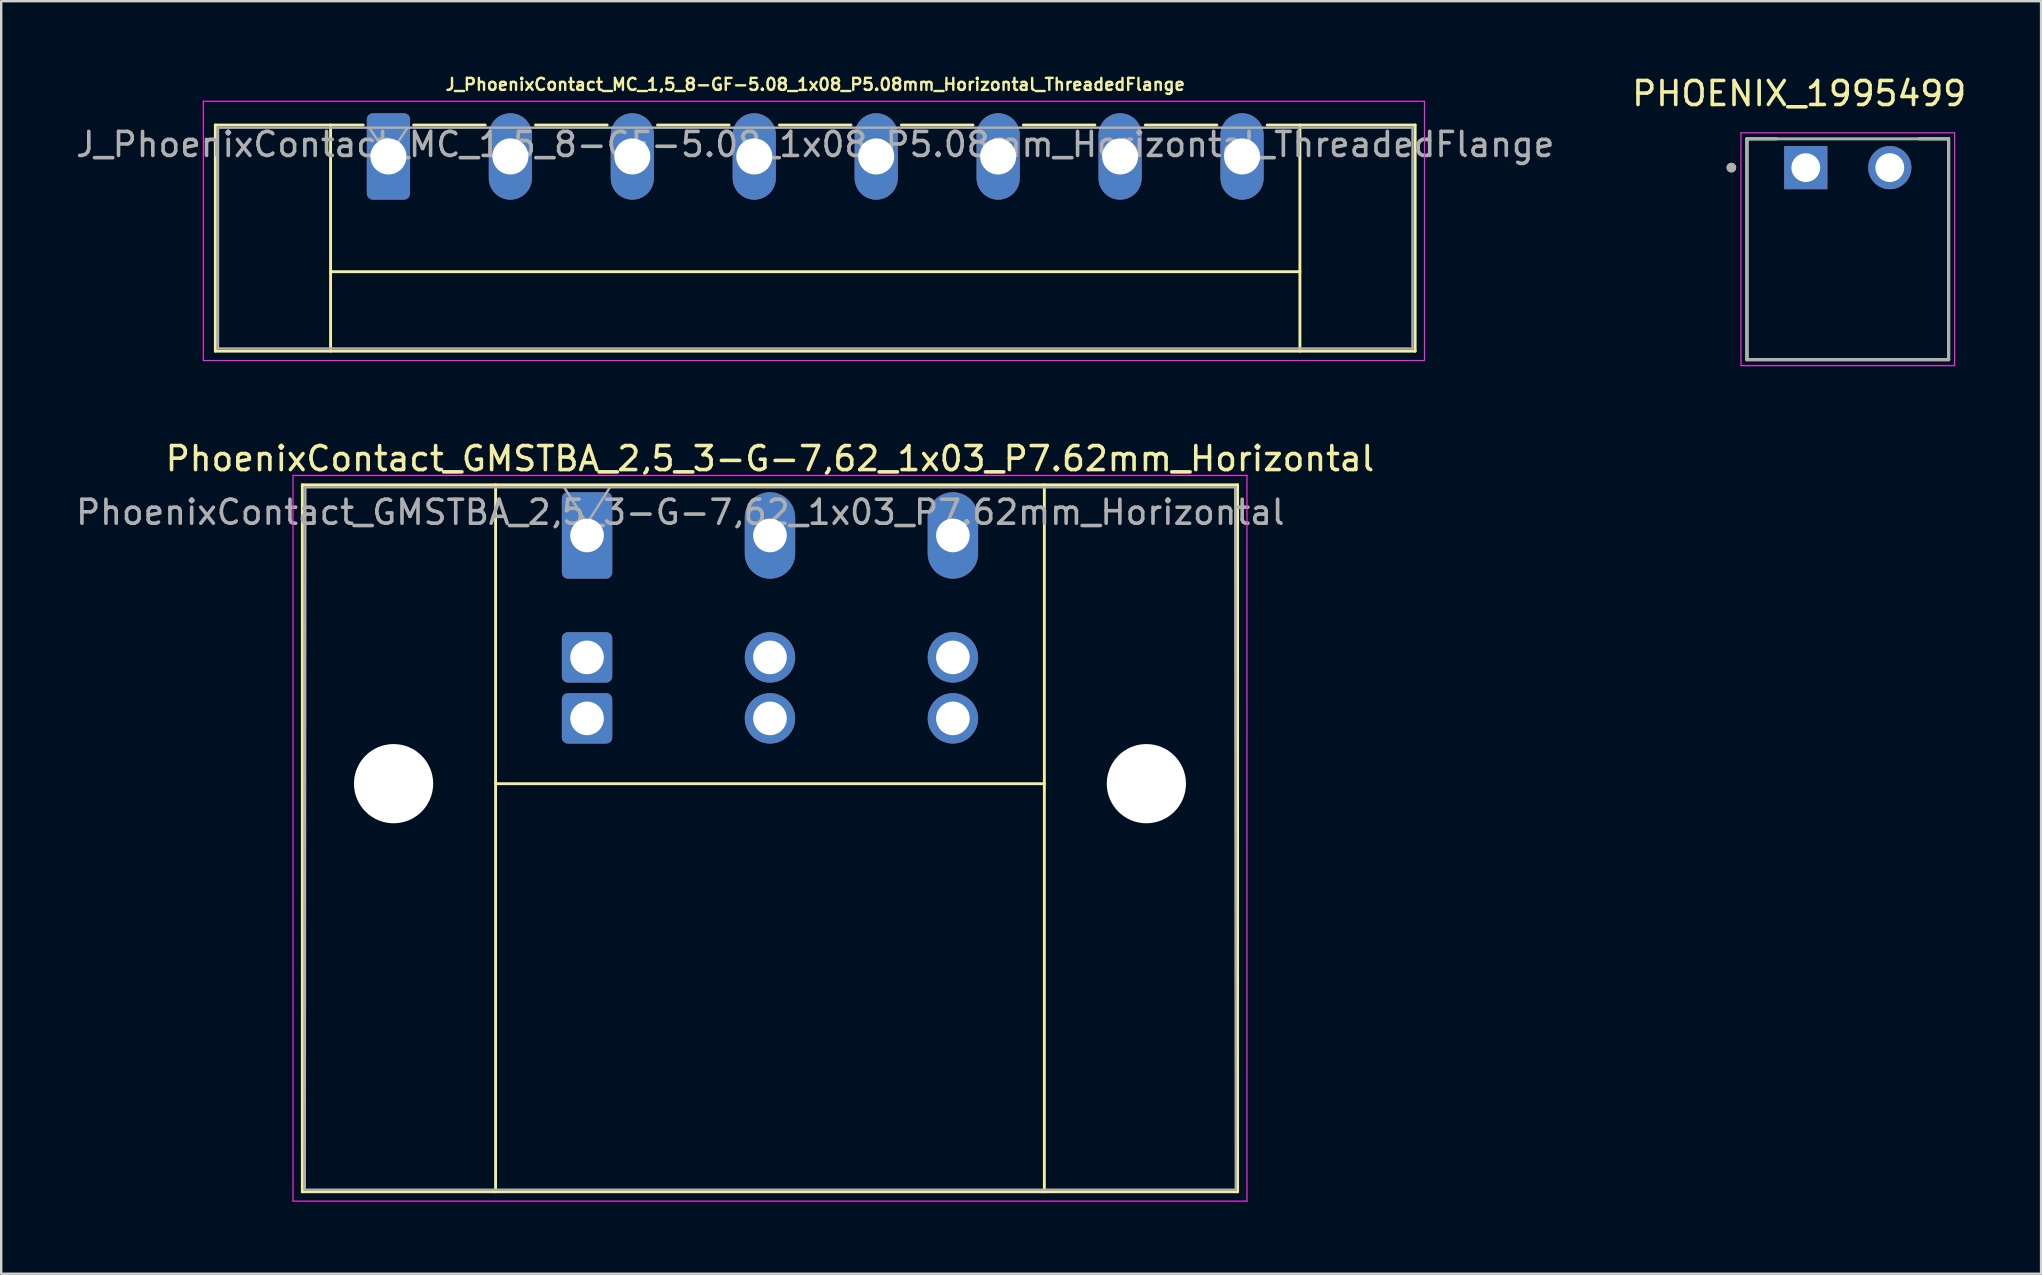
<source format=kicad_pcb>
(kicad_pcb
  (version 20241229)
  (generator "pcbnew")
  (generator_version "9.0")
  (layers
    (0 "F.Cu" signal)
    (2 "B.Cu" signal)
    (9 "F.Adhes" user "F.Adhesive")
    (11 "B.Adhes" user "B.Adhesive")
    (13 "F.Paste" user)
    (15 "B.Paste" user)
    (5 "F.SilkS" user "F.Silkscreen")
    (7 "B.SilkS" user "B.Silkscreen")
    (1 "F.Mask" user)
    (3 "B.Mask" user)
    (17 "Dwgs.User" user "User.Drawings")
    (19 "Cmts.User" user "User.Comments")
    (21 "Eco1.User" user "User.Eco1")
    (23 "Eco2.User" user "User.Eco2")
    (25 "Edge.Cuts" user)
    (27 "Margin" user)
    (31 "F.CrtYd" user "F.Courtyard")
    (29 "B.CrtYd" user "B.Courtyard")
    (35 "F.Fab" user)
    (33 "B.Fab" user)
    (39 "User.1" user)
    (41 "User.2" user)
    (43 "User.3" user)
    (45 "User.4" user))
  (footprint "PhoenixContact_GMSTBA_2,5_3-G-7,62_1x03_P7.62mm_Horizontal"
    (layer "F.Cu")
    (at 21.405 19.256)
    (property "Reference" "PhoenixContact_GMSTBA_2,5_3-G-7,62_1x03_P7.62mm_Horizontal" (at 7.62 -3.2 180) (layer "F.SilkS") (effects (font (size 1 1) (thickness 0.15))))
    (attr through_hole)
    (fp_line (start -11.86 -2.11) (end -11.86 27.34) (stroke (width 0.12) (type solid)) (layer "F.SilkS"))
    (fp_line (start -11.86 27.34) (end 27.1 27.34) (stroke (width 0.12) (type solid)) (layer "F.SilkS"))
    (fp_line (start -3.81 10.34) (end 19.05 10.34) (stroke (width 0.12) (type solid)) (layer "F.SilkS"))
    (fp_line (start -3.81 27.34) (end -3.81 -2.11) (stroke (width 0.12) (type solid)) (layer "F.SilkS"))
    (fp_line (start 19.05 -2.11) (end 19.05 27.34) (stroke (width 0.12) (type solid)) (layer "F.SilkS"))
    (fp_line (start 27.1 -2.11) (end -11.86 -2.11) (stroke (width 0.12) (type solid)) (layer "F.SilkS"))
    (fp_line (start 27.1 27.34) (end 27.1 -2.11) (stroke (width 0.12) (type solid)) (layer "F.SilkS"))
    (fp_line (start -12.25 -2.5) (end -12.25 27.73) (stroke (width 0.05) (type solid)) (layer "F.CrtYd"))
    (fp_line (start -12.25 27.73) (end 27.49 27.73) (stroke (width 0.05) (type solid)) (layer "F.CrtYd"))
    (fp_line (start 27.49 -2.5) (end -12.25 -2.5) (stroke (width 0.05) (type solid)) (layer "F.CrtYd"))
    (fp_line (start 27.49 27.73) (end 27.49 -2.5) (stroke (width 0.05) (type solid)) (layer "F.CrtYd"))
    (fp_line (start -11.76 27.254) (end 27.026 27.254) (stroke (width 0.1) (type solid)) (layer "F.Fab"))
    (fp_line (start -11.735 -2.007) (end -11.76 27.254) (stroke (width 0.1) (type solid)) (layer "F.Fab"))
    (fp_line (start 0 -0.5) (end -0.95 -2) (stroke (width 0.1) (type solid)) (layer "F.Fab"))
    (fp_line (start 0.95 -2) (end 0 -0.5) (stroke (width 0.1) (type solid)) (layer "F.Fab"))
    (fp_line (start 27 -2.007) (end -11.735 -2.007) (stroke (width 0.1) (type solid)) (layer "F.Fab"))
    (fp_line (start 27.026 27.254) (end 27 -2.007) (stroke (width 0.1) (type solid)) (layer "F.Fab"))
    (fp_text user "${REFERENCE}" (at 3.886 -0.965 180) (layer "F.Fab") (effects (font (size 1 1) (thickness 0.15))))
    (pad "" np_thru_hole circle (at -8.06 10.34) (size 3.3 3.3) (drill 3.3) (layers "*.Cu" "*.Mask"))
    (pad "" np_thru_hole circle (at 23.3 10.34) (size 3.3 3.3) (drill 3.3) (layers "*.Cu" "*.Mask"))
    (pad "1" thru_hole roundrect (at 0 0) (size 2.1 3.6) (drill 1.4) (layers "*.Cu" "*.Mask") (roundrect_rratio 0.119))
    (pad "1" thru_hole roundrect (at 0 5.08) (size 2.1 2.1) (drill 1.4) (layers "*.Cu" "*.Mask") (roundrect_rratio 0.119))
    (pad "1" thru_hole roundrect (at 0 7.62) (size 2.1 2.1) (drill 1.4) (layers "*.Cu" "*.Mask") (roundrect_rratio 0.119))
    (pad "2" thru_hole oval (at 7.62 0) (size 2.1 3.6) (drill 1.4) (layers "*.Cu" "*.Mask"))
    (pad "2" thru_hole circle (at 7.62 5.08) (size 2.1 2.1) (drill 1.4) (layers "*.Cu" "*.Mask"))
    (pad "2" thru_hole circle (at 7.62 7.62) (size 2.1 2.1) (drill 1.4) (layers "*.Cu" "*.Mask"))
    (pad "3" thru_hole oval (at 15.24 0) (size 2.1 3.6) (drill 1.4) (layers "*.Cu" "*.Mask"))
    (pad "3" thru_hole circle (at 15.24 5.08) (size 2.1 2.1) (drill 1.4) (layers "*.Cu" "*.Mask"))
    (pad "3" thru_hole circle (at 15.24 7.62) (size 2.1 2.1) (drill 1.4) (layers "*.Cu" "*.Mask")))
  (footprint "PHOENIX_1995499"
    (layer "F.Cu")
    (at 69.724 11.933)
    (property "Reference" "PHOENIX_1995499" (at 2.175 -11.085 0) (layer "F.SilkS") (effects (font (size 1 1) (thickness 0.15))))
    (attr through_hole)
    (fp_line (start 0 -9.2) (end 1.23 -9.2) (stroke (width 0.127) (type solid)) (layer "F.SilkS"))
    (fp_line (start 0 0) (end 0 -9.2) (stroke (width 0.127) (type solid)) (layer "F.SilkS"))
    (fp_line (start 0 0) (end 8.4 0) (stroke (width 0.127) (type solid)) (layer "F.SilkS"))
    (fp_line (start 7.17 -9.2) (end 8.4 -9.2) (stroke (width 0.127) (type solid)) (layer "F.SilkS"))
    (fp_line (start 8.4 -9.2) (end 8.4 0) (stroke (width 0.127) (type solid)) (layer "F.SilkS"))
    (fp_circle (center -0.65 -8) (end -0.55 -8) (stroke (width 0.2) (type solid)) (fill no) (layer "F.SilkS"))
    (fp_line (start -0.25 -9.45) (end 8.65 -9.45) (stroke (width 0.05) (type solid)) (layer "F.CrtYd"))
    (fp_line (start -0.25 0.25) (end -0.25 -9.45) (stroke (width 0.05) (type solid)) (layer "F.CrtYd"))
    (fp_line (start 8.65 -9.45) (end 8.65 0.25) (stroke (width 0.05) (type solid)) (layer "F.CrtYd"))
    (fp_line (start 8.65 0.25) (end -0.25 0.25) (stroke (width 0.05) (type solid)) (layer "F.CrtYd"))
    (fp_line (start 0 -9.2) (end 8.4 -9.2) (stroke (width 0.127) (type solid)) (layer "F.Fab"))
    (fp_line (start 0 0) (end 0 -9.2) (stroke (width 0.127) (type solid)) (layer "F.Fab"))
    (fp_line (start 8.4 -9.2) (end 8.4 0) (stroke (width 0.127) (type solid)) (layer "F.Fab"))
    (fp_line (start 8.4 0) (end 0 0) (stroke (width 0.127) (type solid)) (layer "F.Fab"))
    (fp_circle (center -0.65 -8) (end -0.55 -8) (stroke (width 0.2) (type solid)) (fill no) (layer "F.Fab"))
    (pad "1" thru_hole circle (at 5.95 -8) (size 1.8 1.8) (drill 1.2) (layers "*.Cu" "*.Mask"))
    (pad "2" thru_hole rect (at 2.45 -8) (size 1.8 1.8) (drill 1.2) (layers "*.Cu" "*.Mask")))
  (footprint "J_PhoenixContact_MC_1,5_8-GF-5.08_1x08_P5.08mm_Horizontal_ThreadedFlange"
    (layer "F.Cu")
    (at 13.131 3.468)
    (property "Reference" "J_PhoenixContact_MC_1,5_8-GF-5.08_1x08_P5.08mm_Horizontal_ThreadedFlange" (at 17.78 -3 0) (layer "F.SilkS") (effects (font (size 0.5 0.5) (thickness 0.1))))
    (attr through_hole)
    (fp_line (start -7.21 -1.31) (end -7.21 8.11) (stroke (width 0.12) (type solid)) (layer "F.SilkS"))
    (fp_line (start -7.21 -1.31) (end -1.05 -1.31) (stroke (width 0.12) (type solid)) (layer "F.SilkS"))
    (fp_line (start -7.21 8.11) (end 42.77 8.11) (stroke (width 0.12) (type solid)) (layer "F.SilkS"))
    (fp_line (start -2.41 -1.31) (end -2.41 8.11) (stroke (width 0.12) (type solid)) (layer "F.SilkS"))
    (fp_line (start -2.41 4.8) (end 37.97 4.8) (stroke (width 0.12) (type solid)) (layer "F.SilkS"))
    (fp_line (start 1.05 -1.31) (end 4.03 -1.31) (stroke (width 0.12) (type solid)) (layer "F.SilkS"))
    (fp_line (start 6.13 -1.31) (end 9.11 -1.31) (stroke (width 0.12) (type solid)) (layer "F.SilkS"))
    (fp_line (start 11.21 -1.31) (end 14.19 -1.31) (stroke (width 0.12) (type solid)) (layer "F.SilkS"))
    (fp_line (start 16.29 -1.31) (end 19.27 -1.31) (stroke (width 0.12) (type solid)) (layer "F.SilkS"))
    (fp_line (start 21.37 -1.31) (end 24.35 -1.31) (stroke (width 0.12) (type solid)) (layer "F.SilkS"))
    (fp_line (start 26.45 -1.31) (end 29.43 -1.31) (stroke (width 0.12) (type solid)) (layer "F.SilkS"))
    (fp_line (start 31.53 -1.31) (end 34.51 -1.31) (stroke (width 0.12) (type solid)) (layer "F.SilkS"))
    (fp_line (start 37.97 -1.31) (end 37.97 8.11) (stroke (width 0.12) (type solid)) (layer "F.SilkS"))
    (fp_line (start 42.77 -1.31) (end 36.61 -1.31) (stroke (width 0.12) (type solid)) (layer "F.SilkS"))
    (fp_line (start 42.77 8.11) (end 42.77 -1.31) (stroke (width 0.12) (type solid)) (layer "F.SilkS"))
    (fp_line (start -7.71 -2.3) (end -7.71 8.5) (stroke (width 0.05) (type solid)) (layer "F.CrtYd"))
    (fp_line (start -7.71 8.5) (end 43.16 8.5) (stroke (width 0.05) (type solid)) (layer "F.CrtYd"))
    (fp_line (start 43.16 -2.3) (end -7.71 -2.3) (stroke (width 0.05) (type solid)) (layer "F.CrtYd"))
    (fp_line (start 43.16 8.5) (end 43.16 -2.3) (stroke (width 0.05) (type solid)) (layer "F.CrtYd"))
    (fp_line (start -7.1 -1.2) (end -7.1 8) (stroke (width 0.1) (type solid)) (layer "F.Fab"))
    (fp_line (start -7.1 8) (end 42.66 8) (stroke (width 0.1) (type solid)) (layer "F.Fab"))
    (fp_line (start 0 0) (end -0.8 -1.2) (stroke (width 0.1) (type solid)) (layer "F.Fab"))
    (fp_line (start 0.8 -1.2) (end 0 0) (stroke (width 0.1) (type solid)) (layer "F.Fab"))
    (fp_line (start 42.66 -1.2) (end -7.1 -1.2) (stroke (width 0.1) (type solid)) (layer "F.Fab"))
    (fp_line (start 42.66 8) (end 42.66 -1.2) (stroke (width 0.1) (type solid)) (layer "F.Fab"))
    (fp_text user "${REFERENCE}" (at 17.78 -0.5 0) (layer "F.Fab") (effects (font (size 1 1) (thickness 0.15))))
    (pad "1" thru_hole roundrect (at 0 0) (size 1.8 3.6) (drill 1.5) (layers "*.Cu" "*.Mask") (roundrect_rratio 0.139))
    (pad "2" thru_hole oval (at 5.08 0) (size 1.8 3.6) (drill 1.5) (layers "*.Cu" "*.Mask"))
    (pad "3" thru_hole oval (at 10.16 0) (size 1.8 3.6) (drill 1.5) (layers "*.Cu" "*.Mask"))
    (pad "4" thru_hole oval (at 15.24 0) (size 1.8 3.6) (drill 1.5) (layers "*.Cu" "*.Mask"))
    (pad "5" thru_hole oval (at 20.32 0) (size 1.8 3.6) (drill 1.5) (layers "*.Cu" "*.Mask"))
    (pad "6" thru_hole oval (at 25.4 0) (size 1.8 3.6) (drill 1.5) (layers "*.Cu" "*.Mask"))
    (pad "7" thru_hole oval (at 30.48 0) (size 1.8 3.6) (drill 1.5) (layers "*.Cu" "*.Mask"))
    (pad "8" thru_hole oval (at 35.56 0) (size 1.8 3.6) (drill 1.5) (layers "*.Cu" "*.Mask")))
  (gr_rect
    (start -3 -3)
    (end 81.976 50.011)
    (stroke (width 0.1) (type default))
    (fill no)
    (layer "Edge.Cuts")))
</source>
